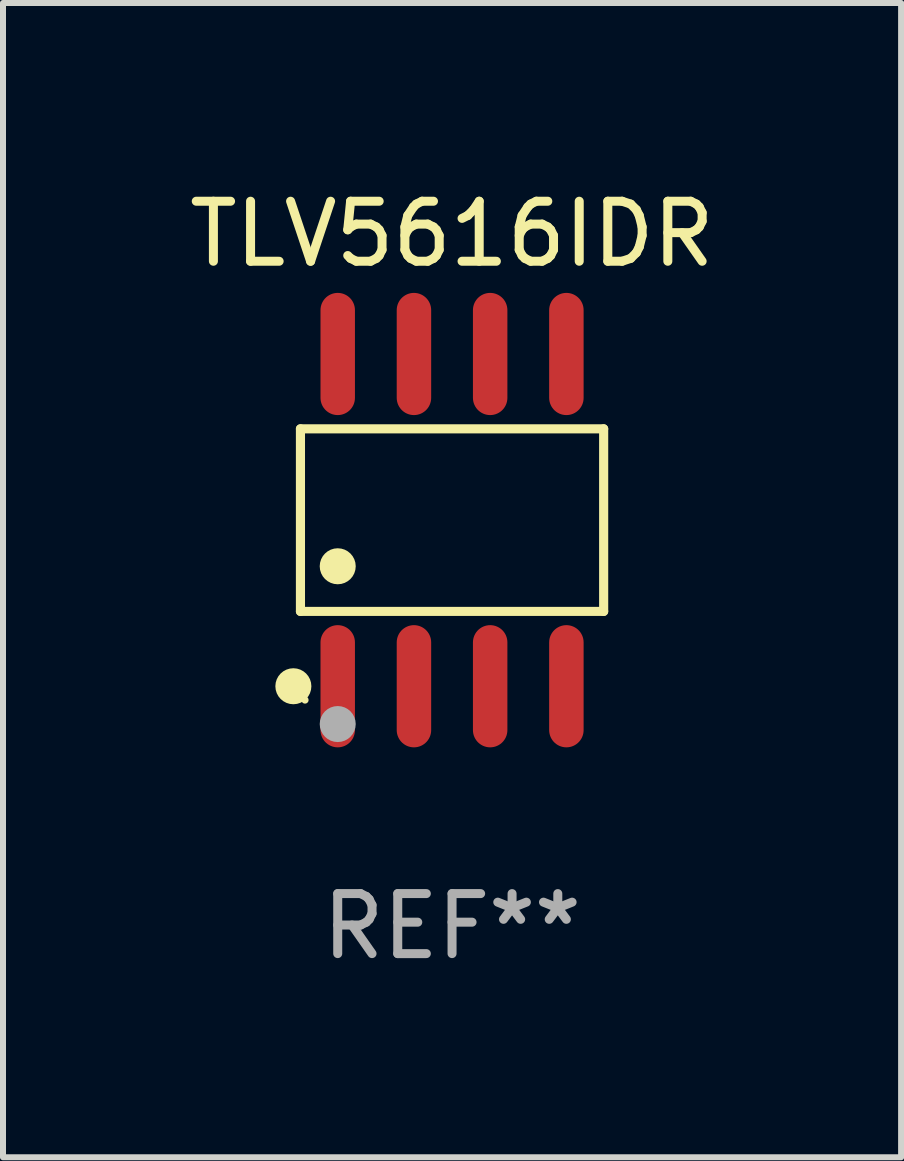
<source format=kicad_pcb>
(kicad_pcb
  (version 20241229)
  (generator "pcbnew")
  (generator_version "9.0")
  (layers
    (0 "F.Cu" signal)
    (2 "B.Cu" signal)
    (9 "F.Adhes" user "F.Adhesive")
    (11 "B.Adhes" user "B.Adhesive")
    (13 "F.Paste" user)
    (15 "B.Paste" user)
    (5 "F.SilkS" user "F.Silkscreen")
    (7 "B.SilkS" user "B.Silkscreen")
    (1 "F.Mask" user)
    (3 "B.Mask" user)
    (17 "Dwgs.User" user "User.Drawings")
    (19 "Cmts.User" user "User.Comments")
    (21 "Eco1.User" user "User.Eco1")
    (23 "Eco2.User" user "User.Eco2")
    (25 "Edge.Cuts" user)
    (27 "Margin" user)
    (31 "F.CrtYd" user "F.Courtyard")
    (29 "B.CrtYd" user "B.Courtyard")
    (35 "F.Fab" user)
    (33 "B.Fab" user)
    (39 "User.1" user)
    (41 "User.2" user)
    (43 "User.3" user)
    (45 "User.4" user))
  (footprint "TLV5616IDR"
    (layer "F.Cu")
    (at 4.482 5.616)
    (property "Reference" "TLV5616IDR" (at 0 -4.768 0) (layer "F.SilkS") (effects (font (size 1 1) (thickness 0.15))))
    (attr through_hole)
    (fp_line (start -2.526 -1.521) (end 2.526 -1.521) (stroke (width 0.152) (type solid)) (layer "F.SilkS"))
    (fp_line (start -2.526 1.521) (end -2.526 -1.521) (stroke (width 0.152) (type solid)) (layer "F.SilkS"))
    (fp_line (start 2.526 -1.521) (end 2.526 1.521) (stroke (width 0.152) (type solid)) (layer "F.SilkS"))
    (fp_line (start 2.526 1.521) (end -2.526 1.521) (stroke (width 0.152) (type solid)) (layer "F.SilkS"))
    (fp_circle (center -2.644 2.768) (end -2.494 2.768) (stroke (width 0.3) (type solid)) (fill no) (layer "F.SilkS"))
    (fp_circle (center -2.45 2.998) (end -2.42 2.998) (stroke (width 0.06) (type solid)) (fill no) (layer "F.SilkS"))
    (fp_circle (center -1.905 0.769) (end -1.755 0.769) (stroke (width 0.3) (type solid)) (fill no) (layer "F.SilkS"))
    (fp_circle (center -1.905 3.398) (end -1.755 3.398) (stroke (width 0.3) (type solid)) (fill no) (layer "F.Fab"))
    (fp_text user "REF**" (at 0 6.768 0) (layer "F.Fab") (effects (font (size 1 1) (thickness 0.15))))
    (pad "1" smd oval (at -1.905 2.768) (size 0.574 2.036) (layers "F.Cu" "F.Mask" "F.Paste"))
    (pad "2" smd oval (at -0.635 2.768) (size 0.574 2.036) (layers "F.Cu" "F.Mask" "F.Paste"))
    (pad "3" smd oval (at 0.635 2.768) (size 0.574 2.036) (layers "F.Cu" "F.Mask" "F.Paste"))
    (pad "4" smd oval (at 1.905 2.768) (size 0.574 2.036) (layers "F.Cu" "F.Mask" "F.Paste"))
    (pad "5" smd oval (at 1.905 -2.768) (size 0.574 2.036) (layers "F.Cu" "F.Mask" "F.Paste"))
    (pad "6" smd oval (at 0.635 -2.768) (size 0.574 2.036) (layers "F.Cu" "F.Mask" "F.Paste"))
    (pad "7" smd oval (at -0.635 -2.768) (size 0.574 2.036) (layers "F.Cu" "F.Mask" "F.Paste"))
    (pad "8" smd oval (at -1.905 -2.768) (size 0.574 2.036) (layers "F.Cu" "F.Mask" "F.Paste")))
  (gr_rect
    (start -3 -3)
    (end 11.964 16.232)
    (stroke (width 0.1) (type default))
    (fill no)
    (layer "Edge.Cuts")))
</source>
